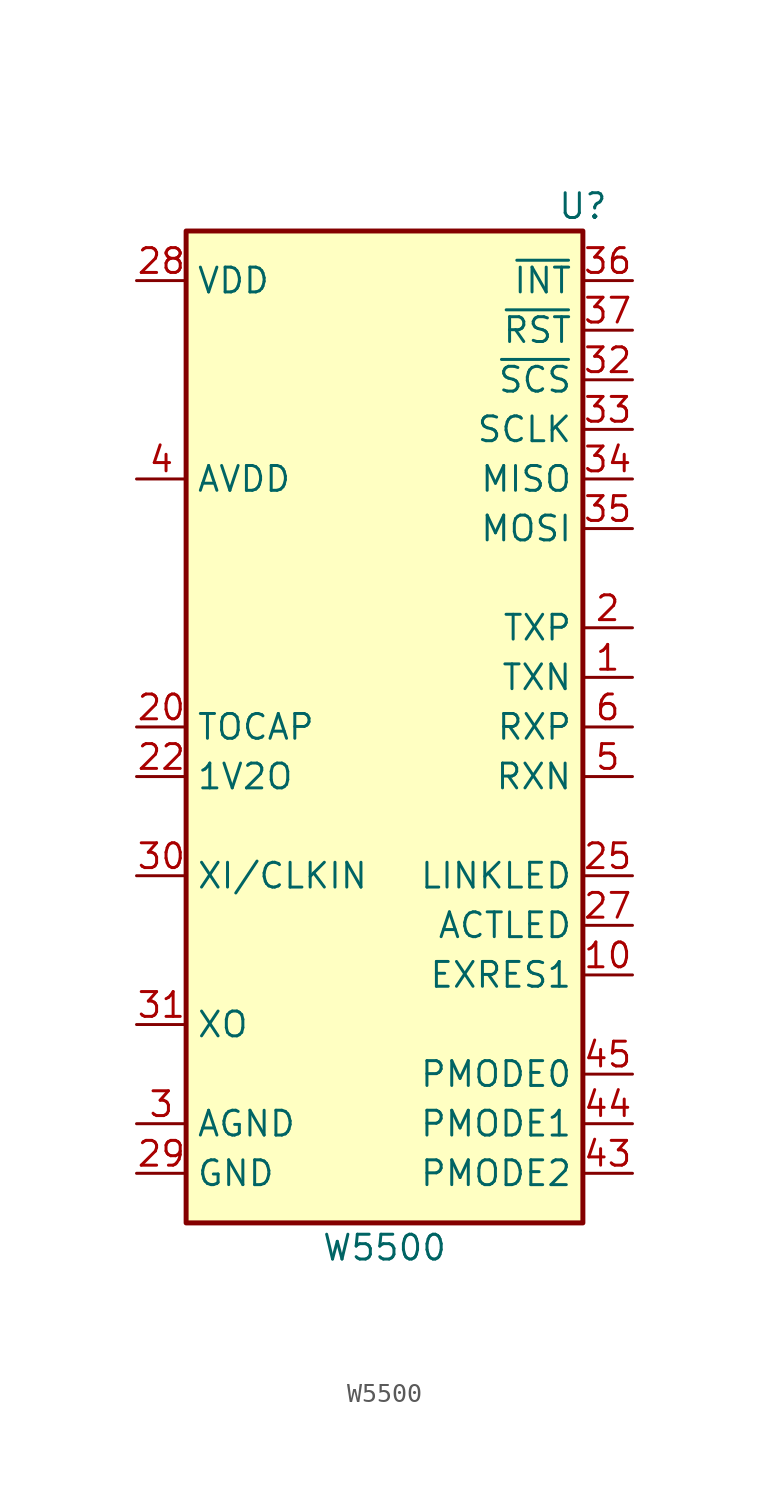
<source format=kicad_sym>
(kicad_symbol_lib
  (version 20231120)
  (generator "kicad_symbol_editor")
  (generator_version "8.99")
  (symbol "W5500"
    (property "Reference" "U"
      (at 10.16 26.67 0)
      (effects (font (size 1.27 1.27))))
    (property "Value" "W5500"
      (at 0 -26.67 0)
      (effects (font (size 1.27 1.27))))
    (symbol "W5500_0_1"
      (rectangle (start -10.16 25.4) (end 10.16 -25.4) (stroke (width 0.254) (type default)) (fill (type background))))
    (symbol "W5500_1_1"
      (pin power_in line (at -12.7 22.86 0) (length 2.54) (name "VDD" (effects (font (size 1.27 1.27)))) (number "28" (effects (font (size 1.27 1.27)))))
      (pin passive line (at -12.7 12.7 0) (length 2.54) hide (name "AVDD" (effects (font (size 1.27 1.27)))) (number "11" (effects (font (size 1.27 1.27)))))
      (pin passive line (at -12.7 12.7 0) (length 2.54) hide (name "AVDD" (effects (font (size 1.27 1.27)))) (number "15" (effects (font (size 1.27 1.27)))))
      (pin passive line (at -12.7 12.7 0) (length 2.54) hide (name "AVDD" (effects (font (size 1.27 1.27)))) (number "17" (effects (font (size 1.27 1.27)))))
      (pin passive line (at -12.7 12.7 0) (length 2.54) hide (name "AVDD" (effects (font (size 1.27 1.27)))) (number "21" (effects (font (size 1.27 1.27)))))
      (pin power_in line (at -12.7 12.7 0) (length 2.54) (name "AVDD" (effects (font (size 1.27 1.27)))) (number "4" (effects (font (size 1.27 1.27)))))
      (pin passive line (at -12.7 12.7 0) (length 2.54) hide (name "AVDD" (effects (font (size 1.27 1.27)))) (number "8" (effects (font (size 1.27 1.27)))))
      (pin passive line (at -12.7 0 0) (length 2.54) (name "TOCAP" (effects (font (size 1.27 1.27)))) (number "20" (effects (font (size 1.27 1.27)))))
      (pin output line (at -12.7 -2.54 0) (length 2.54) (name "1V2O" (effects (font (size 1.27 1.27)))) (number "22" (effects (font (size 1.27 1.27)))))
      (pin input line (at -12.7 -7.62 0) (length 2.54) (name "XI/CLKIN" (effects (font (size 1.27 1.27)))) (number "30" (effects (font (size 1.27 1.27)))))
      (pin output line (at -12.7 -15.24 0) (length 2.54) (name "XO" (effects (font (size 1.27 1.27)))) (number "31" (effects (font (size 1.27 1.27)))))
      (pin passive line (at -12.7 -20.32 0) (length 2.54) hide (name "AGND" (effects (font (size 1.27 1.27)))) (number "14" (effects (font (size 1.27 1.27)))))
      (pin passive line (at -12.7 -20.32 0) (length 2.54) hide (name "AGND" (effects (font (size 1.27 1.27)))) (number "16" (effects (font (size 1.27 1.27)))))
      (pin passive line (at -12.7 -20.32 0) (length 2.54) hide (name "AGND" (effects (font (size 1.27 1.27)))) (number "19" (effects (font (size 1.27 1.27)))))
      (pin power_in line (at -12.7 -20.32 0) (length 2.54) (name "AGND" (effects (font (size 1.27 1.27)))) (number "3" (effects (font (size 1.27 1.27)))))
      (pin passive line (at -12.7 -20.32 0) (length 2.54) hide (name "AGND" (effects (font (size 1.27 1.27)))) (number "48" (effects (font (size 1.27 1.27)))))
      (pin passive line (at -12.7 -20.32 0) (length 2.54) hide (name "AGND" (effects (font (size 1.27 1.27)))) (number "9" (effects (font (size 1.27 1.27)))))
      (pin passive line (at -12.7 -22.86 0) (length 2.54) hide (name "RSVD" (effects (font (size 1.27 1.27)))) (number "23" (effects (font (size 1.27 1.27)))))
      (pin power_in line (at -12.7 -22.86 0) (length 2.54) (name "GND" (effects (font (size 1.27 1.27)))) (number "29" (effects (font (size 1.27 1.27)))))
      (pin no_connect line (at 1.27 7.62 180) (length 2.54) hide (name "VBG" (effects (font (size 1.27 1.27)))) (number "18" (effects (font (size 1.27 1.27)))))
      (pin no_connect line (at 1.27 5.08 180) (length 2.54) hide (name "RSVD" (effects (font (size 1.27 1.27)))) (number "38" (effects (font (size 1.27 1.27)))))
      (pin no_connect line (at 1.27 2.54 180) (length 2.54) hide (name "RSVD" (effects (font (size 1.27 1.27)))) (number "39" (effects (font (size 1.27 1.27)))))
      (pin no_connect line (at 1.27 0 180) (length 2.54) hide (name "RSVD" (effects (font (size 1.27 1.27)))) (number "40" (effects (font (size 1.27 1.27)))))
      (pin no_connect line (at 1.27 -2.54 180) (length 2.54) hide (name "RSVD" (effects (font (size 1.27 1.27)))) (number "41" (effects (font (size 1.27 1.27)))))
      (pin no_connect line (at 1.27 -5.08 180) (length 2.54) hide (name "RSVD" (effects (font (size 1.27 1.27)))) (number "42" (effects (font (size 1.27 1.27)))))
      (pin no_connect line (at 1.27 -7.62 180) (length 2.54) hide (name "DNC" (effects (font (size 1.27 1.27)))) (number "7" (effects (font (size 1.27 1.27)))))
      (pin no_connect line (at 1.27 -10.16 180) (length 2.54) hide (name "SPDLED" (effects (font (size 1.27 1.27)))) (number "24" (effects (font (size 1.27 1.27)))))
      (pin no_connect line (at 1.27 -12.7 180) (length 2.54) hide (name "DUPLED" (effects (font (size 1.27 1.27)))) (number "26" (effects (font (size 1.27 1.27)))))
      (pin no_connect line (at 1.27 -15.24 180) (length 2.54) hide (name "NC" (effects (font (size 1.27 1.27)))) (number "12" (effects (font (size 1.27 1.27)))))
      (pin no_connect line (at 1.27 -17.78 180) (length 2.54) hide (name "NC" (effects (font (size 1.27 1.27)))) (number "13" (effects (font (size 1.27 1.27)))))
      (pin no_connect line (at 1.27 -20.32 180) (length 2.54) hide (name "NC" (effects (font (size 1.27 1.27)))) (number "46" (effects (font (size 1.27 1.27)))))
      (pin no_connect line (at 1.27 -22.86 180) (length 2.54) hide (name "NC" (effects (font (size 1.27 1.27)))) (number "47" (effects (font (size 1.27 1.27)))))
      (pin input line (at 12.7 22.86 180) (length 2.54) (name "~{INT}" (effects (font (size 1.27 1.27)))) (number "36" (effects (font (size 1.27 1.27)))))
      (pin input line (at 12.7 20.32 180) (length 2.54) (name "~{RST}" (effects (font (size 1.27 1.27)))) (number "37" (effects (font (size 1.27 1.27)))))
      (pin input line (at 12.7 17.78 180) (length 2.54) (name "~{SCS}" (effects (font (size 1.27 1.27)))) (number "32" (effects (font (size 1.27 1.27)))))
      (pin input line (at 12.7 15.24 180) (length 2.54) (name "SCLK" (effects (font (size 1.27 1.27)))) (number "33" (effects (font (size 1.27 1.27)))))
      (pin output line (at 12.7 12.7 180) (length 2.54) (name "MISO" (effects (font (size 1.27 1.27)))) (number "34" (effects (font (size 1.27 1.27)))))
      (pin input line (at 12.7 10.16 180) (length 2.54) (name "MOSI" (effects (font (size 1.27 1.27)))) (number "35" (effects (font (size 1.27 1.27)))))
      (pin output line (at 12.7 5.08 180) (length 2.54) (name "TXP" (effects (font (size 1.27 1.27)))) (number "2" (effects (font (size 1.27 1.27)))))
      (pin output line (at 12.7 2.54 180) (length 2.54) (name "TXN" (effects (font (size 1.27 1.27)))) (number "1" (effects (font (size 1.27 1.27)))))
      (pin input line (at 12.7 0 180) (length 2.54) (name "RXP" (effects (font (size 1.27 1.27)))) (number "6" (effects (font (size 1.27 1.27)))))
      (pin input line (at 12.7 -2.54 180) (length 2.54) (name "RXN" (effects (font (size 1.27 1.27)))) (number "5" (effects (font (size 1.27 1.27)))))
      (pin output line (at 12.7 -7.62 180) (length 2.54) (name "LINKLED" (effects (font (size 1.27 1.27)))) (number "25" (effects (font (size 1.27 1.27)))))
      (pin output line (at 12.7 -10.16 180) (length 2.54) (name "ACTLED" (effects (font (size 1.27 1.27)))) (number "27" (effects (font (size 1.27 1.27)))))
      (pin passive line (at 12.7 -12.7 180) (length 2.54) (name "EXRES1" (effects (font (size 1.27 1.27)))) (number "10" (effects (font (size 1.27 1.27)))))
      (pin input line (at 12.7 -17.78 180) (length 2.54) (name "PMODE0" (effects (font (size 1.27 1.27)))) (number "45" (effects (font (size 1.27 1.27)))))
      (pin input line (at 12.7 -20.32 180) (length 2.54) (name "PMODE1" (effects (font (size 1.27 1.27)))) (number "44" (effects (font (size 1.27 1.27)))))
      (pin input line (at 12.7 -22.86 180) (length 2.54) (name "PMODE2" (effects (font (size 1.27 1.27)))) (number "43" (effects (font (size 1.27 1.27))))))))
</source>
